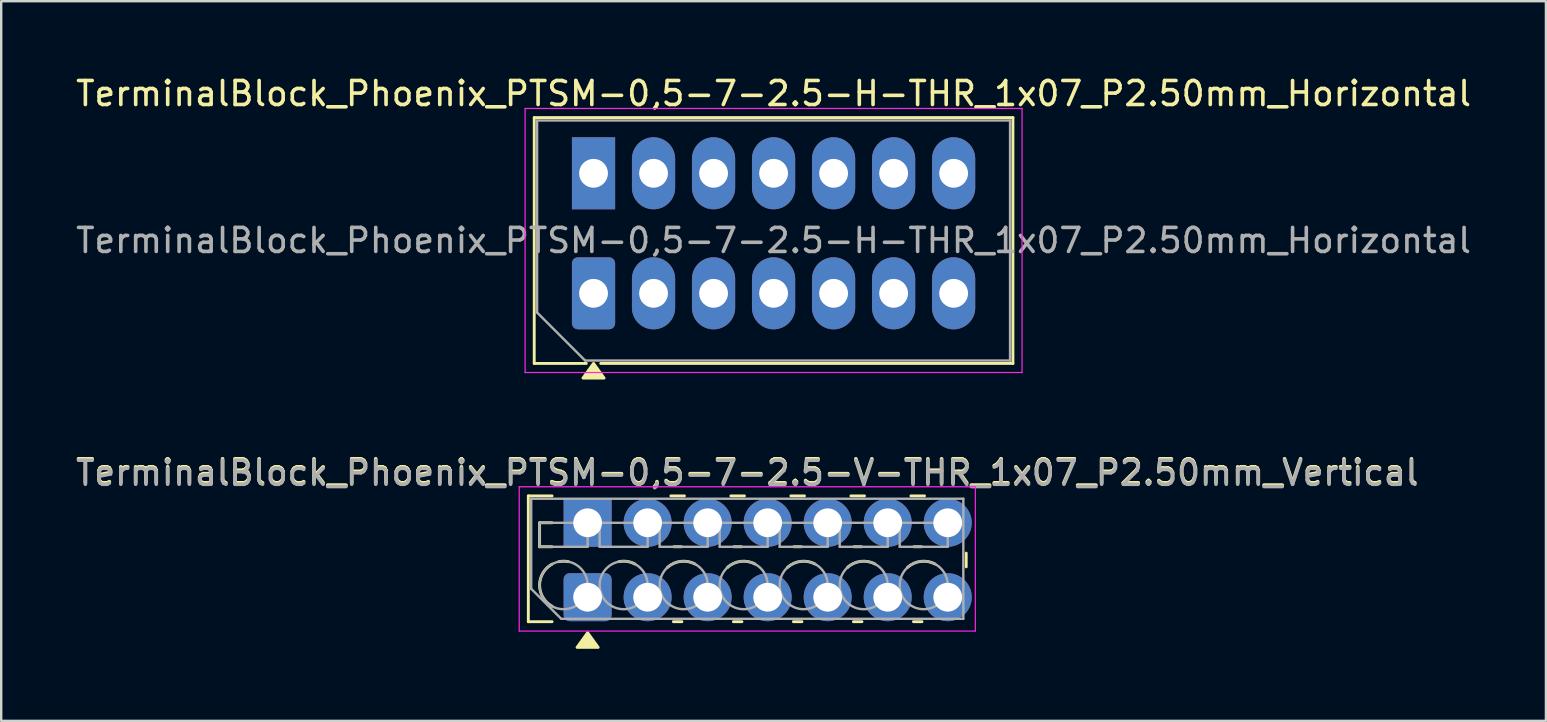
<source format=kicad_pcb>
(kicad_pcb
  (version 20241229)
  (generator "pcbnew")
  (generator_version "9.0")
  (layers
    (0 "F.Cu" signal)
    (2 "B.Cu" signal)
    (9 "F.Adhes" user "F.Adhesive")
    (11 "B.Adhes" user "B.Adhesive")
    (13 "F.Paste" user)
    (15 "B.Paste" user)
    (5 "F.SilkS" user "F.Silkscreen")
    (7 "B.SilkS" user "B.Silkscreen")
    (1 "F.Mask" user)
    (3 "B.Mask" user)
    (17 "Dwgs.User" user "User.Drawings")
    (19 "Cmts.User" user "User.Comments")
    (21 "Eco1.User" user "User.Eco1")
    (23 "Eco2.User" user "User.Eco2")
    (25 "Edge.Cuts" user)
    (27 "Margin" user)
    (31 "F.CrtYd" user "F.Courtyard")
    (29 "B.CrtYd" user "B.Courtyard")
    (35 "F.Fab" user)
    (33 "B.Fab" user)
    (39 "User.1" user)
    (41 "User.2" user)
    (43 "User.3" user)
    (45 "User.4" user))
  (footprint "TerminalBlock_Phoenix_PTSM-0,5-7-2.5-H-THR_1x07_P2.50mm_Horizontal"
    (layer "F.Cu")
    (at 21.673 9.168)
    (property "Reference" "TerminalBlock_Phoenix_PTSM-0,5-7-2.5-H-THR_1x07_P2.50mm_Horizontal" (at 7.5 -8.32 0) (layer "F.SilkS") (effects (font (size 1 1) (thickness 0.15))))
    (attr through_hole)
    (fp_line (start -2.47 -7.32) (end -2.47 2.92) (stroke (width 0.12) (type solid)) (layer "F.SilkS"))
    (fp_line (start -2.47 -7.32) (end 17.47 -7.32) (stroke (width 0.12) (type solid)) (layer "F.SilkS"))
    (fp_line (start -2.47 2.92) (end -0.3 2.92) (stroke (width 0.12) (type solid)) (layer "F.SilkS"))
    (fp_line (start 0.3 2.92) (end 17.47 2.92) (stroke (width 0.12) (type solid)) (layer "F.SilkS"))
    (fp_line (start 17.47 -7.32) (end 17.47 2.92) (stroke (width 0.12) (type solid)) (layer "F.SilkS"))
    (fp_poly (pts (xy 0 2.92) (xy 0.44 3.53) (xy -0.44 3.53)) (stroke (width 0.12) (type solid)) (fill yes) (layer "F.SilkS"))
    (fp_line (start -2.85 -7.7) (end -2.85 3.3) (stroke (width 0.05) (type solid)) (layer "F.CrtYd"))
    (fp_line (start -2.85 3.3) (end 17.85 3.3) (stroke (width 0.05) (type solid)) (layer "F.CrtYd"))
    (fp_line (start 17.85 -7.7) (end -2.85 -7.7) (stroke (width 0.05) (type solid)) (layer "F.CrtYd"))
    (fp_line (start 17.85 3.3) (end 17.85 -7.7) (stroke (width 0.05) (type solid)) (layer "F.CrtYd"))
    (fp_line (start -2.35 -7.2) (end 17.35 -7.2) (stroke (width 0.1) (type solid)) (layer "F.Fab"))
    (fp_line (start -2.35 0.8) (end -2.35 -7.2) (stroke (width 0.1) (type solid)) (layer "F.Fab"))
    (fp_line (start -0.35 2.8) (end -2.35 0.8) (stroke (width 0.1) (type solid)) (layer "F.Fab"))
    (fp_line (start 17.35 -7.2) (end 17.35 2.8) (stroke (width 0.1) (type solid)) (layer "F.Fab"))
    (fp_line (start 17.35 2.8) (end -0.35 2.8) (stroke (width 0.1) (type solid)) (layer "F.Fab"))
    (fp_text user "${REFERENCE}" (at 7.5 -2.2 0) (layer "F.Fab") (effects (font (size 1 1) (thickness 0.15))))
    (pad "1" thru_hole rect (at 0 -5) (size 1.8 3) (drill 1.2) (layers "*.Cu" "*.Mask"))
    (pad "1" thru_hole roundrect (at 0 0) (size 1.8 3) (drill 1.2) (layers "*.Cu" "*.Mask") (roundrect_rratio 0.139))
    (pad "2" thru_hole oval (at 2.5 -5) (size 1.8 3) (drill 1.2) (layers "*.Cu" "*.Mask"))
    (pad "2" thru_hole oval (at 2.5 0) (size 1.8 3) (drill 1.2) (layers "*.Cu" "*.Mask"))
    (pad "3" thru_hole oval (at 5 -5) (size 1.8 3) (drill 1.2) (layers "*.Cu" "*.Mask"))
    (pad "3" thru_hole oval (at 5 0) (size 1.8 3) (drill 1.2) (layers "*.Cu" "*.Mask"))
    (pad "4" thru_hole oval (at 7.5 -5) (size 1.8 3) (drill 1.2) (layers "*.Cu" "*.Mask"))
    (pad "4" thru_hole oval (at 7.5 0) (size 1.8 3) (drill 1.2) (layers "*.Cu" "*.Mask"))
    (pad "5" thru_hole oval (at 10 -5) (size 1.8 3) (drill 1.2) (layers "*.Cu" "*.Mask"))
    (pad "5" thru_hole oval (at 10 0) (size 1.8 3) (drill 1.2) (layers "*.Cu" "*.Mask"))
    (pad "6" thru_hole oval (at 12.5 -5) (size 1.8 3) (drill 1.2) (layers "*.Cu" "*.Mask"))
    (pad "6" thru_hole oval (at 12.5 0) (size 1.8 3) (drill 1.2) (layers "*.Cu" "*.Mask"))
    (pad "7" thru_hole oval (at 15 -5) (size 1.8 3) (drill 1.2) (layers "*.Cu" "*.Mask"))
    (pad "7" thru_hole oval (at 15 0) (size 1.8 3) (drill 1.2) (layers "*.Cu" "*.Mask")))
  (footprint "TerminalBlock_Phoenix_PTSM-0,5-7-2.5-V-THR_1x07_P2.50mm_Vertical"
    (layer "F.Cu")
    (at 21.427 21.826)
    (property "Reference" "TerminalBlock_Phoenix_PTSM-0,5-7-2.5-V-THR_1x07_P2.50mm_Vertical" (at 6.65 -5.22 0) (layer "F.SilkS") (effects (font (size 1 1) (thickness 0.15))))
    (attr through_hole)
    (fp_line (start -2.47 -4.22) (end -2.47 1.02) (stroke (width 0.12) (type solid)) (layer "F.SilkS"))
    (fp_line (start -2.47 -4.22) (end -1.48 -4.22) (stroke (width 0.12) (type solid)) (layer "F.SilkS"))
    (fp_line (start -2.47 1.02) (end -1.48 1.02) (stroke (width 0.12) (type solid)) (layer "F.SilkS"))
    (fp_line (start -2 -3.1) (end -2 -2.1) (stroke (width 0.12) (type solid)) (layer "F.SilkS"))
    (fp_line (start -2 -3.1) (end -1.48 -3.1) (stroke (width 0.12) (type solid)) (layer "F.SilkS"))
    (fp_line (start -2 -2.1) (end -1.48 -2.1) (stroke (width 0.12) (type solid)) (layer "F.SilkS"))
    (fp_line (start 3.467 -4.22) (end 4.033 -4.22) (stroke (width 0.12) (type solid)) (layer "F.SilkS"))
    (fp_line (start 3.572 1.02) (end 3.928 1.02) (stroke (width 0.12) (type solid)) (layer "F.SilkS"))
    (fp_line (start 3.591 -2.1) (end 3.909 -2.1) (stroke (width 0.12) (type solid)) (layer "F.SilkS"))
    (fp_line (start 5.967 -4.22) (end 6.533 -4.22) (stroke (width 0.12) (type solid)) (layer "F.SilkS"))
    (fp_line (start 6.072 1.02) (end 6.428 1.02) (stroke (width 0.12) (type solid)) (layer "F.SilkS"))
    (fp_line (start 6.091 -2.1) (end 6.409 -2.1) (stroke (width 0.12) (type solid)) (layer "F.SilkS"))
    (fp_line (start 8.467 -4.22) (end 9.033 -4.22) (stroke (width 0.12) (type solid)) (layer "F.SilkS"))
    (fp_line (start 8.572 1.02) (end 8.928 1.02) (stroke (width 0.12) (type solid)) (layer "F.SilkS"))
    (fp_line (start 8.591 -2.1) (end 8.909 -2.1) (stroke (width 0.12) (type solid)) (layer "F.SilkS"))
    (fp_line (start 10.967 -4.22) (end 11.533 -4.22) (stroke (width 0.12) (type solid)) (layer "F.SilkS"))
    (fp_line (start 11.072 1.02) (end 11.428 1.02) (stroke (width 0.12) (type solid)) (layer "F.SilkS"))
    (fp_line (start 11.091 -2.1) (end 11.409 -2.1) (stroke (width 0.12) (type solid)) (layer "F.SilkS"))
    (fp_line (start 13.467 -4.22) (end 14.033 -4.22) (stroke (width 0.12) (type solid)) (layer "F.SilkS"))
    (fp_line (start 13.572 1.02) (end 13.928 1.02) (stroke (width 0.12) (type solid)) (layer "F.SilkS"))
    (fp_line (start 13.591 -2.1) (end 13.909 -2.1) (stroke (width 0.12) (type solid)) (layer "F.SilkS"))
    (fp_line (start 15.77 -1.836) (end 15.77 -1.264) (stroke (width 0.12) (type solid)) (layer "F.SilkS"))
    (fp_arc (start -1.48 0.377) (mid -2 -0.5) (end -1.48 -1.377) (stroke (width 0.12) (type solid)) (layer "F.SilkS"))
    (fp_arc (start -1.199 -1.48) (mid -1 -1.5) (end -0.801 -1.48) (stroke (width 0.12) (type solid)) (layer "F.SilkS"))
    (fp_arc (start 1.301 -1.48) (mid 1.644617 -1.48991) (end 1.971 -1.382) (stroke (width 0.12) (type solid)) (layer "F.SilkS"))
    (fp_arc (start 3.319 -1.233) (mid 3.871134 -1.492017) (end 4.471 -1.382) (stroke (width 0.12) (type solid)) (layer "F.SilkS"))
    (fp_arc (start 5.819 -1.233) (mid 6.371134 -1.492017) (end 6.971 -1.382) (stroke (width 0.12) (type solid)) (layer "F.SilkS"))
    (fp_arc (start 8.319 -1.233) (mid 8.871134 -1.492017) (end 9.471 -1.382) (stroke (width 0.12) (type solid)) (layer "F.SilkS"))
    (fp_arc (start 10.819 -1.233) (mid 11.371134 -1.492017) (end 11.971 -1.382) (stroke (width 0.12) (type solid)) (layer "F.SilkS"))
    (fp_arc (start 13.319 -1.233) (mid 13.871134 -1.492017) (end 14.471 -1.382) (stroke (width 0.12) (type solid)) (layer "F.SilkS"))
    (fp_poly (pts (xy 0 1.48) (xy 0.44 2.09) (xy -0.44 2.09)) (stroke (width 0.12) (type solid)) (fill yes) (layer "F.SilkS"))
    (fp_line (start -2.85 -4.6) (end -2.85 1.41) (stroke (width 0.05) (type solid)) (layer "F.CrtYd"))
    (fp_line (start -2.85 1.41) (end 16.15 1.41) (stroke (width 0.05) (type solid)) (layer "F.CrtYd"))
    (fp_line (start 16.15 -4.6) (end -2.85 -4.6) (stroke (width 0.05) (type solid)) (layer "F.CrtYd"))
    (fp_line (start 16.15 1.41) (end 16.15 -4.6) (stroke (width 0.05) (type solid)) (layer "F.CrtYd"))
    (fp_line (start -2.35 -4.1) (end 15.65 -4.1) (stroke (width 0.1) (type solid)) (layer "F.Fab"))
    (fp_line (start -2.35 -0.35) (end -2.35 -4.1) (stroke (width 0.1) (type solid)) (layer "F.Fab"))
    (fp_line (start -2 -3.1) (end -2 -2.1) (stroke (width 0.1) (type solid)) (layer "F.Fab"))
    (fp_line (start -2 -2.1) (end 0 -2.1) (stroke (width 0.1) (type solid)) (layer "F.Fab"))
    (fp_line (start -1.1 0.9) (end -2.35 -0.35) (stroke (width 0.1) (type solid)) (layer "F.Fab"))
    (fp_line (start 0 -3.1) (end -2 -3.1) (stroke (width 0.1) (type solid)) (layer "F.Fab"))
    (fp_line (start 0 -2.1) (end 0 -3.1) (stroke (width 0.1) (type solid)) (layer "F.Fab"))
    (fp_line (start 0.5 -3.1) (end 0.5 -2.1) (stroke (width 0.1) (type solid)) (layer "F.Fab"))
    (fp_line (start 0.5 -2.1) (end 2.5 -2.1) (stroke (width 0.1) (type solid)) (layer "F.Fab"))
    (fp_line (start 2.5 -3.1) (end 0.5 -3.1) (stroke (width 0.1) (type solid)) (layer "F.Fab"))
    (fp_line (start 2.5 -2.1) (end 2.5 -3.1) (stroke (width 0.1) (type solid)) (layer "F.Fab"))
    (fp_line (start 3 -3.1) (end 3 -2.1) (stroke (width 0.1) (type solid)) (layer "F.Fab"))
    (fp_line (start 3 -2.1) (end 5 -2.1) (stroke (width 0.1) (type solid)) (layer "F.Fab"))
    (fp_line (start 5 -3.1) (end 3 -3.1) (stroke (width 0.1) (type solid)) (layer "F.Fab"))
    (fp_line (start 5 -2.1) (end 5 -3.1) (stroke (width 0.1) (type solid)) (layer "F.Fab"))
    (fp_line (start 5.5 -3.1) (end 5.5 -2.1) (stroke (width 0.1) (type solid)) (layer "F.Fab"))
    (fp_line (start 5.5 -2.1) (end 7.5 -2.1) (stroke (width 0.1) (type solid)) (layer "F.Fab"))
    (fp_line (start 7.5 -3.1) (end 5.5 -3.1) (stroke (width 0.1) (type solid)) (layer "F.Fab"))
    (fp_line (start 7.5 -2.1) (end 7.5 -3.1) (stroke (width 0.1) (type solid)) (layer "F.Fab"))
    (fp_line (start 8 -3.1) (end 8 -2.1) (stroke (width 0.1) (type solid)) (layer "F.Fab"))
    (fp_line (start 8 -2.1) (end 10 -2.1) (stroke (width 0.1) (type solid)) (layer "F.Fab"))
    (fp_line (start 10 -3.1) (end 8 -3.1) (stroke (width 0.1) (type solid)) (layer "F.Fab"))
    (fp_line (start 10 -2.1) (end 10 -3.1) (stroke (width 0.1) (type solid)) (layer "F.Fab"))
    (fp_line (start 10.5 -3.1) (end 10.5 -2.1) (stroke (width 0.1) (type solid)) (layer "F.Fab"))
    (fp_line (start 10.5 -2.1) (end 12.5 -2.1) (stroke (width 0.1) (type solid)) (layer "F.Fab"))
    (fp_line (start 12.5 -3.1) (end 10.5 -3.1) (stroke (width 0.1) (type solid)) (layer "F.Fab"))
    (fp_line (start 12.5 -2.1) (end 12.5 -3.1) (stroke (width 0.1) (type solid)) (layer "F.Fab"))
    (fp_line (start 13 -3.1) (end 13 -2.1) (stroke (width 0.1) (type solid)) (layer "F.Fab"))
    (fp_line (start 13 -2.1) (end 15 -2.1) (stroke (width 0.1) (type solid)) (layer "F.Fab"))
    (fp_line (start 15 -3.1) (end 13 -3.1) (stroke (width 0.1) (type solid)) (layer "F.Fab"))
    (fp_line (start 15 -2.1) (end 15 -3.1) (stroke (width 0.1) (type solid)) (layer "F.Fab"))
    (fp_line (start 15.65 -4.1) (end 15.65 0.9) (stroke (width 0.1) (type solid)) (layer "F.Fab"))
    (fp_line (start 15.65 0.9) (end -1.1 0.9) (stroke (width 0.1) (type solid)) (layer "F.Fab"))
    (fp_circle (center -1 -0.5) (end 0 -0.5) (stroke (width 0.1) (type solid)) (fill no) (layer "F.Fab"))
    (fp_circle (center 1.5 -0.5) (end 2.5 -0.5) (stroke (width 0.1) (type solid)) (fill no) (layer "F.Fab"))
    (fp_circle (center 4 -0.5) (end 5 -0.5) (stroke (width 0.1) (type solid)) (fill no) (layer "F.Fab"))
    (fp_circle (center 6.5 -0.5) (end 7.5 -0.5) (stroke (width 0.1) (type solid)) (fill no) (layer "F.Fab"))
    (fp_circle (center 9 -0.5) (end 10 -0.5) (stroke (width 0.1) (type solid)) (fill no) (layer "F.Fab"))
    (fp_circle (center 11.5 -0.5) (end 12.5 -0.5) (stroke (width 0.1) (type solid)) (fill no) (layer "F.Fab"))
    (fp_circle (center 14 -0.5) (end 15 -0.5) (stroke (width 0.1) (type solid)) (fill no) (layer "F.Fab"))
    (fp_text user "${REFERENCE}" (at 6.65 -5.16 0) (layer "F.Fab") (effects (font (size 1 1) (thickness 0.15))))
    (pad "1" thru_hole rect (at 0 -3.1) (size 2 2) (drill 1.2) (layers "*.Cu" "*.Mask"))
    (pad "1" thru_hole roundrect (at 0 0) (size 2 2) (drill 1.2) (layers "*.Cu" "*.Mask") (roundrect_rratio 0.125))
    (pad "2" thru_hole circle (at 2.5 -3.1) (size 2 2) (drill 1.2) (layers "*.Cu" "*.Mask"))
    (pad "2" thru_hole circle (at 2.5 0) (size 2 2) (drill 1.2) (layers "*.Cu" "*.Mask"))
    (pad "3" thru_hole circle (at 5 -3.1) (size 2 2) (drill 1.2) (layers "*.Cu" "*.Mask"))
    (pad "3" thru_hole circle (at 5 0) (size 2 2) (drill 1.2) (layers "*.Cu" "*.Mask"))
    (pad "4" thru_hole circle (at 7.5 -3.1) (size 2 2) (drill 1.2) (layers "*.Cu" "*.Mask"))
    (pad "4" thru_hole circle (at 7.5 0) (size 2 2) (drill 1.2) (layers "*.Cu" "*.Mask"))
    (pad "5" thru_hole circle (at 10 -3.1) (size 2 2) (drill 1.2) (layers "*.Cu" "*.Mask"))
    (pad "5" thru_hole circle (at 10 0) (size 2 2) (drill 1.2) (layers "*.Cu" "*.Mask"))
    (pad "6" thru_hole circle (at 12.5 -3.1) (size 2 2) (drill 1.2) (layers "*.Cu" "*.Mask"))
    (pad "6" thru_hole circle (at 12.5 0) (size 2 2) (drill 1.2) (layers "*.Cu" "*.Mask"))
    (pad "7" thru_hole circle (at 15 -3.1) (size 2 2) (drill 1.2) (layers "*.Cu" "*.Mask"))
    (pad "7" thru_hole circle (at 15 0) (size 2 2) (drill 1.2) (layers "*.Cu" "*.Mask")))
  (gr_rect
    (start -3 -3)
    (end 61.345 26.977)
    (stroke (width 0.1) (type default))
    (fill no)
    (layer "Edge.Cuts")))
</source>
